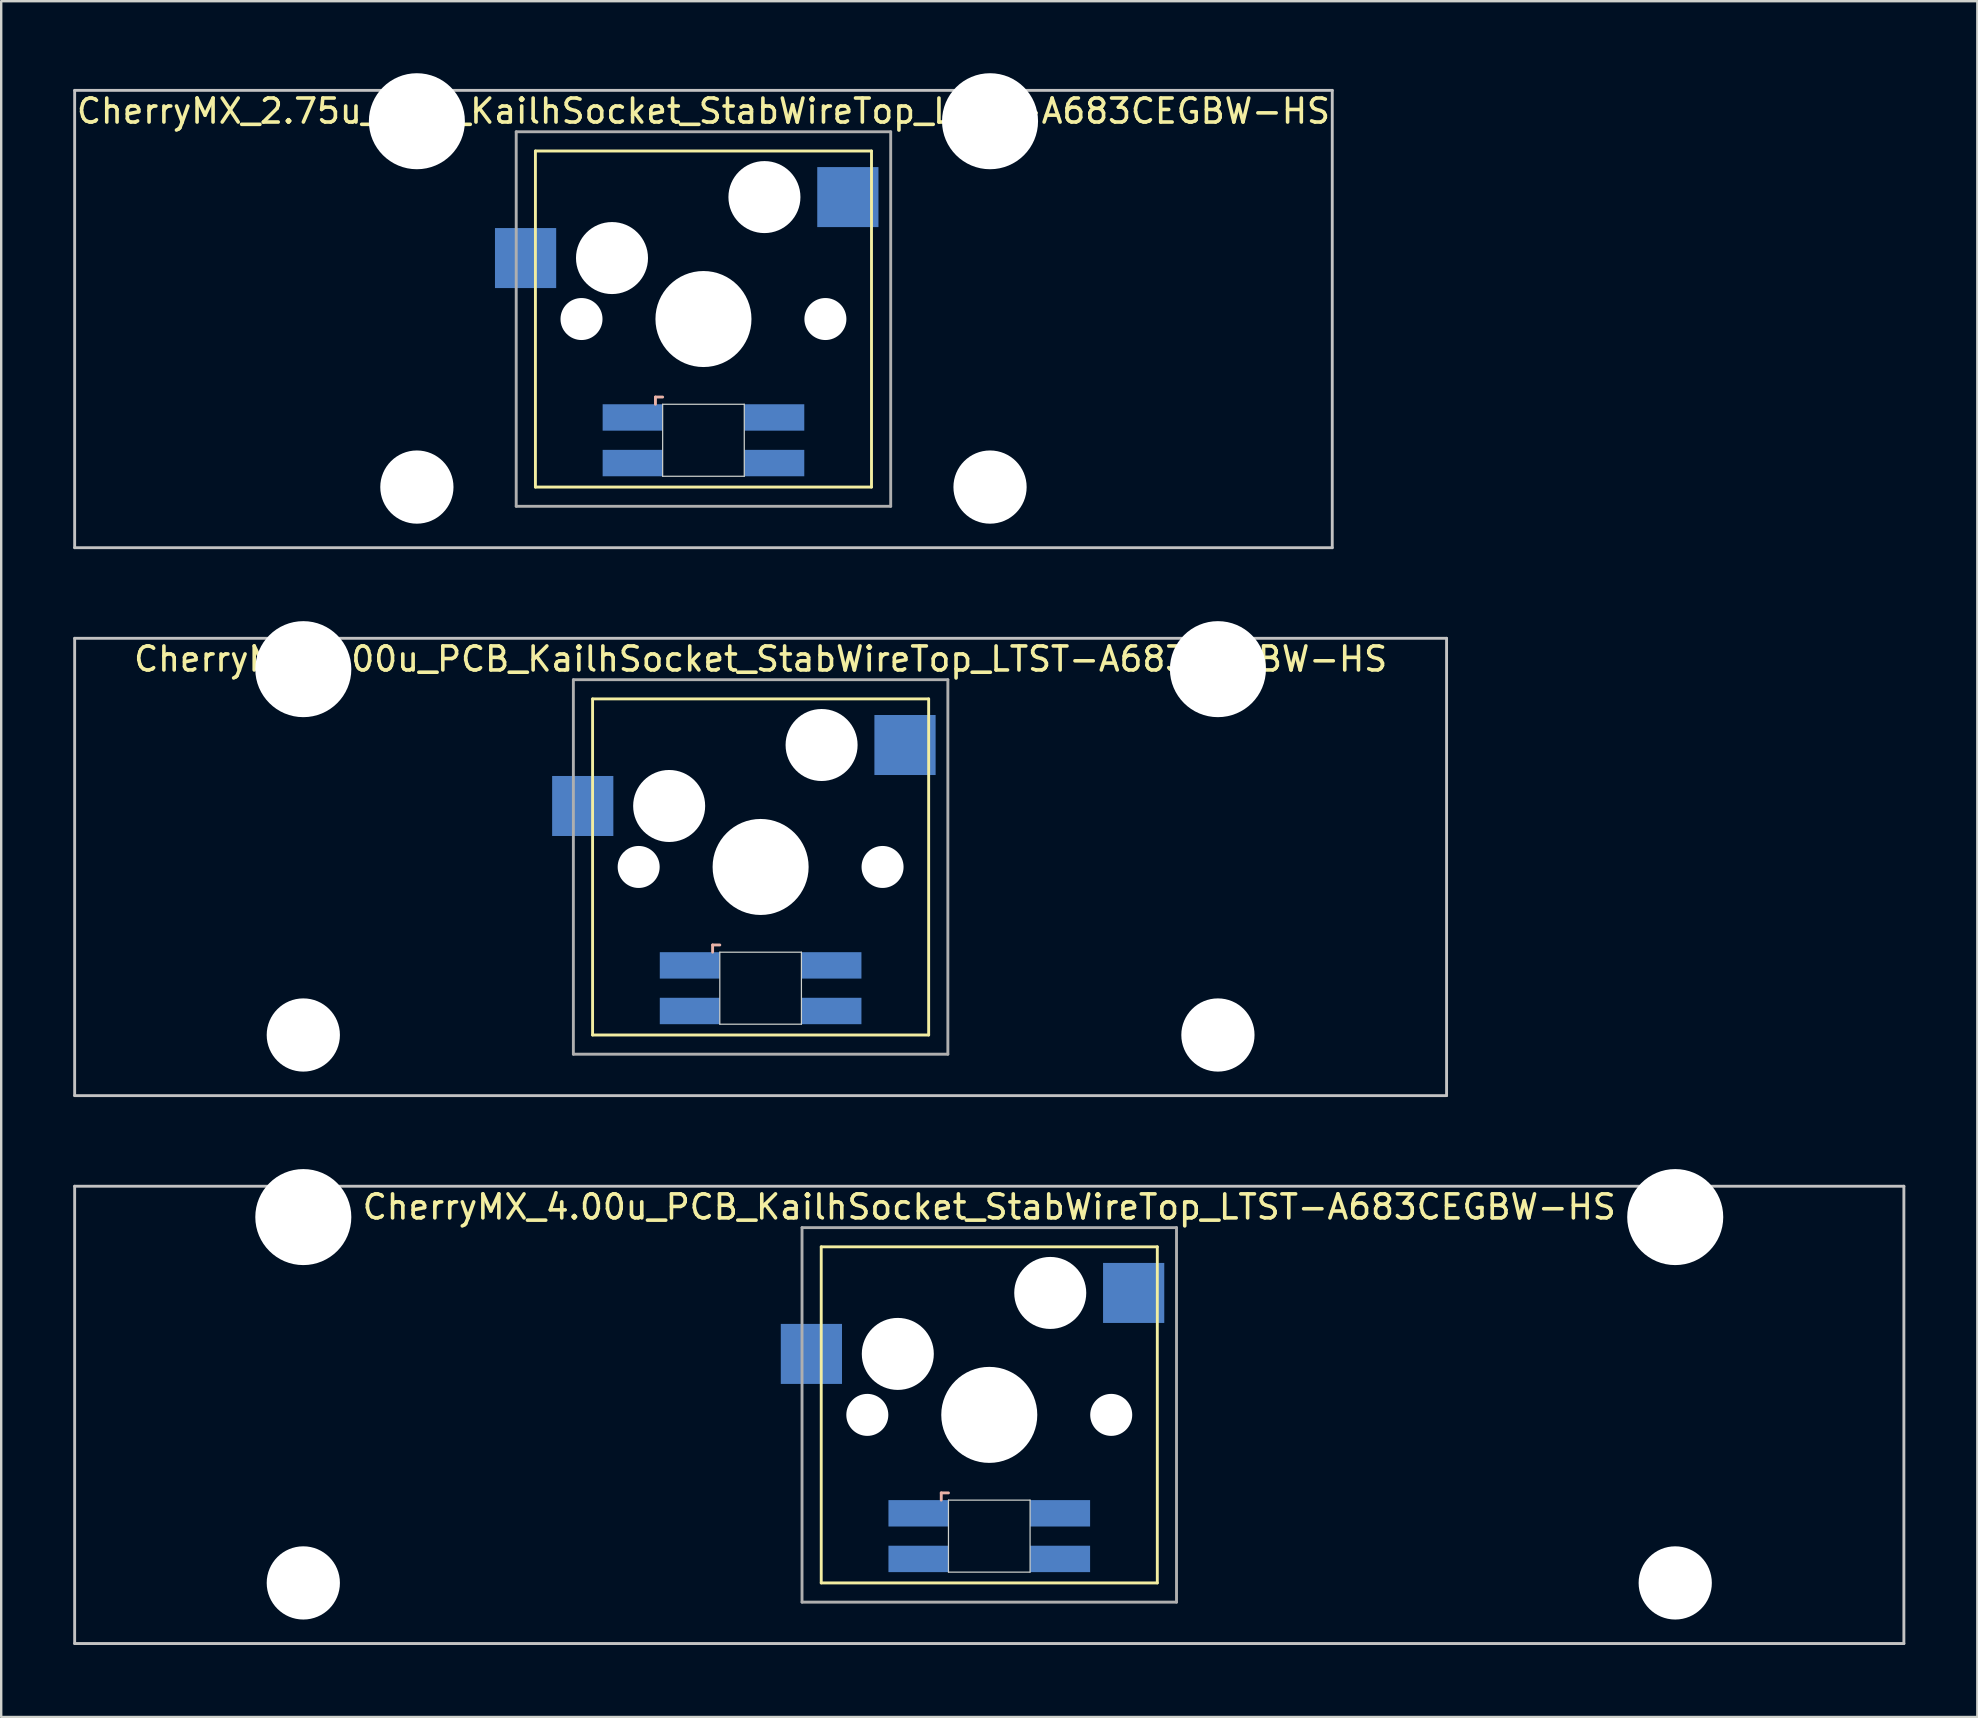
<source format=kicad_pcb>
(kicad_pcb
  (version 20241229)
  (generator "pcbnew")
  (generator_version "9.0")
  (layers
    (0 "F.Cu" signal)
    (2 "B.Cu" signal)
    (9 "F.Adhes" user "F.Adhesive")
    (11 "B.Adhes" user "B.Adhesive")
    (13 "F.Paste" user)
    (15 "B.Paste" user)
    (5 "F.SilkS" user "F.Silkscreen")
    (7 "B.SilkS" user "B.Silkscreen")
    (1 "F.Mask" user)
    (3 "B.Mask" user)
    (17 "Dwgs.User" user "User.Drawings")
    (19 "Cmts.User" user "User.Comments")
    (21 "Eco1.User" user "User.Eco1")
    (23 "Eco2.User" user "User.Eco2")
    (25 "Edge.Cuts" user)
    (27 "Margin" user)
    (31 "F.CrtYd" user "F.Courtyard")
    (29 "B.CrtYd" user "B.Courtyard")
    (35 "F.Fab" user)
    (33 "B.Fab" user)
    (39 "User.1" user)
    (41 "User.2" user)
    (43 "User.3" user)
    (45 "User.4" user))
  (footprint "CherryMX_4.00u_PCB_KailhSocket_StabWireTop_LTST-A683CEGBW-HS"
    (layer "F.Cu")
    (at 38.16 55.89)
    (property "Reference" "CherryMX_4.00u_PCB_KailhSocket_StabWireTop_LTST-A683CEGBW-HS" (at 0 -8.662 0) (layer "F.SilkS") (effects (font (size 1 1) (thickness 0.15))))
    (attr through_hole)
    (fp_line (start -7 -7) (end -7 7) (stroke (width 0.12) (type solid)) (layer "F.SilkS"))
    (fp_line (start -7 -7) (end 7 -7) (stroke (width 0.12) (type solid)) (layer "F.SilkS"))
    (fp_line (start 7 -7) (end 7 7) (stroke (width 0.12) (type solid)) (layer "F.SilkS"))
    (fp_line (start 7 7) (end -7 7) (stroke (width 0.12) (type solid)) (layer "F.SilkS"))
    (fp_line (start -2 3.25) (end -2 3.55) (stroke (width 0.12) (type solid)) (layer "B.SilkS"))
    (fp_line (start -1.7 3.25) (end -2 3.25) (stroke (width 0.12) (type solid)) (layer "B.SilkS"))
    (fp_line (start -38.1 -9.525) (end 38.1 -9.525) (stroke (width 0.12) (type solid)) (layer "Dwgs.User"))
    (fp_line (start -38.1 9.525) (end -38.1 -9.525) (stroke (width 0.12) (type solid)) (layer "Dwgs.User"))
    (fp_line (start 38.1 -9.525) (end 38.1 9.525) (stroke (width 0.12) (type solid)) (layer "Dwgs.User"))
    (fp_line (start 38.1 9.525) (end -38.1 9.525) (stroke (width 0.12) (type solid)) (layer "Dwgs.User"))
    (fp_line (start -1.7 3.55) (end 1.7 3.55) (stroke (width 0.05) (type solid)) (layer "Edge.Cuts"))
    (fp_line (start -1.7 6.55) (end -1.7 3.55) (stroke (width 0.05) (type solid)) (layer "Edge.Cuts"))
    (fp_line (start 1.7 3.55) (end 1.7 6.55) (stroke (width 0.05) (type solid)) (layer "Edge.Cuts"))
    (fp_line (start 1.7 6.55) (end -1.7 6.55) (stroke (width 0.05) (type solid)) (layer "Edge.Cuts"))
    (fp_line (start -7.8 -7.8) (end -7.8 7.8) (stroke (width 0.12) (type solid)) (layer "F.Fab"))
    (fp_line (start -7.8 -7.8) (end 7.8 -7.8) (stroke (width 0.12) (type solid)) (layer "F.Fab"))
    (fp_line (start -7.8 7.8) (end 7.8 7.8) (stroke (width 0.12) (type solid)) (layer "F.Fab"))
    (fp_line (start 7.8 -7.8) (end 7.8 7.8) (stroke (width 0.12) (type solid)) (layer "F.Fab"))
    (pad "" np_thru_hole circle (at -28.575 -8.24) (size 4 4) (drill 4) (layers "*.Cu" "*.Mask"))
    (pad "" np_thru_hole circle (at -28.575 7) (size 3.05 3.05) (drill 3.05) (layers "*.Cu" "*.Mask"))
    (pad "" np_thru_hole circle (at -5.08 0) (size 1.75 1.75) (drill 1.75) (layers "*.Cu" "*.Mask"))
    (pad "" np_thru_hole circle (at -3.81 -2.54) (size 3 3) (drill 3) (layers "*.Cu" "*.Mask"))
    (pad "" np_thru_hole circle (at 0 0) (size 4 4) (drill 4) (layers "*.Cu" "*.Mask"))
    (pad "" np_thru_hole circle (at 2.54 -5.08) (size 3 3) (drill 3) (layers "*.Cu" "*.Mask"))
    (pad "" np_thru_hole circle (at 5.08 0) (size 1.75 1.75) (drill 1.75) (layers "*.Cu" "*.Mask"))
    (pad "" np_thru_hole circle (at 28.575 -8.24) (size 4 4) (drill 4) (layers "*.Cu" "*.Mask"))
    (pad "" np_thru_hole circle (at 28.575 7) (size 3.05 3.05) (drill 3.05) (layers "*.Cu" "*.Mask"))
    (pad "1" smd rect (at -7.41 -2.54) (size 2.55 2.5) (layers "B.Cu" "B.Mask" "B.Paste"))
    (pad "2" smd rect (at 6.015 -5.08) (size 2.55 2.5) (layers "B.Cu" "B.Mask" "B.Paste"))
    (pad "3" smd rect (at -2.95 4.1) (size 2.5 1.1) (layers "B.Cu" "B.Mask" "B.Paste"))
    (pad "4" smd rect (at -2.95 6) (size 2.5 1.1) (layers "B.Cu" "B.Mask" "B.Paste"))
    (pad "5" smd rect (at 2.95 4.1) (size 2.5 1.1) (layers "B.Cu" "B.Mask" "B.Paste"))
    (pad "6" smd rect (at 2.95 6) (size 2.5 1.1) (layers "B.Cu" "B.Mask" "B.Paste")))
  (footprint "CherryMX_3.00u_PCB_KailhSocket_StabWireTop_LTST-A683CEGBW-HS"
    (layer "F.Cu")
    (at 28.635 33.065)
    (property "Reference" "CherryMX_3.00u_PCB_KailhSocket_StabWireTop_LTST-A683CEGBW-HS" (at 0 -8.662 0) (layer "F.SilkS") (effects (font (size 1 1) (thickness 0.15))))
    (attr through_hole)
    (fp_line (start -7 -7) (end -7 7) (stroke (width 0.12) (type solid)) (layer "F.SilkS"))
    (fp_line (start -7 -7) (end 7 -7) (stroke (width 0.12) (type solid)) (layer "F.SilkS"))
    (fp_line (start 7 -7) (end 7 7) (stroke (width 0.12) (type solid)) (layer "F.SilkS"))
    (fp_line (start 7 7) (end -7 7) (stroke (width 0.12) (type solid)) (layer "F.SilkS"))
    (fp_line (start -2 3.25) (end -2 3.55) (stroke (width 0.12) (type solid)) (layer "B.SilkS"))
    (fp_line (start -1.7 3.25) (end -2 3.25) (stroke (width 0.12) (type solid)) (layer "B.SilkS"))
    (fp_line (start -28.575 -9.525) (end 28.575 -9.525) (stroke (width 0.12) (type solid)) (layer "Dwgs.User"))
    (fp_line (start -28.575 9.525) (end -28.575 -9.525) (stroke (width 0.12) (type solid)) (layer "Dwgs.User"))
    (fp_line (start 28.575 -9.525) (end 28.575 9.525) (stroke (width 0.12) (type solid)) (layer "Dwgs.User"))
    (fp_line (start 28.575 9.525) (end -28.575 9.525) (stroke (width 0.12) (type solid)) (layer "Dwgs.User"))
    (fp_line (start -1.7 3.55) (end 1.7 3.55) (stroke (width 0.05) (type solid)) (layer "Edge.Cuts"))
    (fp_line (start -1.7 6.55) (end -1.7 3.55) (stroke (width 0.05) (type solid)) (layer "Edge.Cuts"))
    (fp_line (start 1.7 3.55) (end 1.7 6.55) (stroke (width 0.05) (type solid)) (layer "Edge.Cuts"))
    (fp_line (start 1.7 6.55) (end -1.7 6.55) (stroke (width 0.05) (type solid)) (layer "Edge.Cuts"))
    (fp_line (start -7.8 -7.8) (end -7.8 7.8) (stroke (width 0.12) (type solid)) (layer "F.Fab"))
    (fp_line (start -7.8 -7.8) (end 7.8 -7.8) (stroke (width 0.12) (type solid)) (layer "F.Fab"))
    (fp_line (start -7.8 7.8) (end 7.8 7.8) (stroke (width 0.12) (type solid)) (layer "F.Fab"))
    (fp_line (start 7.8 -7.8) (end 7.8 7.8) (stroke (width 0.12) (type solid)) (layer "F.Fab"))
    (pad "" np_thru_hole circle (at -19.05 -8.24) (size 4 4) (drill 4) (layers "*.Cu" "*.Mask"))
    (pad "" np_thru_hole circle (at -19.05 7) (size 3.05 3.05) (drill 3.05) (layers "*.Cu" "*.Mask"))
    (pad "" np_thru_hole circle (at -5.08 0) (size 1.75 1.75) (drill 1.75) (layers "*.Cu" "*.Mask"))
    (pad "" np_thru_hole circle (at -3.81 -2.54) (size 3 3) (drill 3) (layers "*.Cu" "*.Mask"))
    (pad "" np_thru_hole circle (at 0 0) (size 4 4) (drill 4) (layers "*.Cu" "*.Mask"))
    (pad "" np_thru_hole circle (at 2.54 -5.08) (size 3 3) (drill 3) (layers "*.Cu" "*.Mask"))
    (pad "" np_thru_hole circle (at 5.08 0) (size 1.75 1.75) (drill 1.75) (layers "*.Cu" "*.Mask"))
    (pad "" np_thru_hole circle (at 19.05 -8.24) (size 4 4) (drill 4) (layers "*.Cu" "*.Mask"))
    (pad "" np_thru_hole circle (at 19.05 7) (size 3.05 3.05) (drill 3.05) (layers "*.Cu" "*.Mask"))
    (pad "1" smd rect (at -7.41 -2.54) (size 2.55 2.5) (layers "B.Cu" "B.Mask" "B.Paste"))
    (pad "2" smd rect (at 6.015 -5.08) (size 2.55 2.5) (layers "B.Cu" "B.Mask" "B.Paste"))
    (pad "3" smd rect (at -2.95 4.1) (size 2.5 1.1) (layers "B.Cu" "B.Mask" "B.Paste"))
    (pad "4" smd rect (at -2.95 6) (size 2.5 1.1) (layers "B.Cu" "B.Mask" "B.Paste"))
    (pad "5" smd rect (at 2.95 4.1) (size 2.5 1.1) (layers "B.Cu" "B.Mask" "B.Paste"))
    (pad "6" smd rect (at 2.95 6) (size 2.5 1.1) (layers "B.Cu" "B.Mask" "B.Paste")))
  (footprint "CherryMX_2.75u_PCB_KailhSocket_StabWireTop_LTST-A683CEGBW-HS"
    (layer "F.Cu")
    (at 26.254 10.24)
    (property "Reference" "CherryMX_2.75u_PCB_KailhSocket_StabWireTop_LTST-A683CEGBW-HS" (at 0 -8.662 0) (layer "F.SilkS") (effects (font (size 1 1) (thickness 0.15))))
    (attr through_hole)
    (fp_line (start -7 -7) (end -7 7) (stroke (width 0.12) (type solid)) (layer "F.SilkS"))
    (fp_line (start -7 -7) (end 7 -7) (stroke (width 0.12) (type solid)) (layer "F.SilkS"))
    (fp_line (start 7 -7) (end 7 7) (stroke (width 0.12) (type solid)) (layer "F.SilkS"))
    (fp_line (start 7 7) (end -7 7) (stroke (width 0.12) (type solid)) (layer "F.SilkS"))
    (fp_line (start -2 3.25) (end -2 3.55) (stroke (width 0.12) (type solid)) (layer "B.SilkS"))
    (fp_line (start -1.7 3.25) (end -2 3.25) (stroke (width 0.12) (type solid)) (layer "B.SilkS"))
    (fp_line (start -26.194 -9.525) (end 26.194 -9.525) (stroke (width 0.12) (type solid)) (layer "Dwgs.User"))
    (fp_line (start -26.194 9.525) (end -26.194 -9.525) (stroke (width 0.12) (type solid)) (layer "Dwgs.User"))
    (fp_line (start 26.194 -9.525) (end 26.194 9.525) (stroke (width 0.12) (type solid)) (layer "Dwgs.User"))
    (fp_line (start 26.194 9.525) (end -26.194 9.525) (stroke (width 0.12) (type solid)) (layer "Dwgs.User"))
    (fp_line (start -1.7 3.55) (end 1.7 3.55) (stroke (width 0.05) (type solid)) (layer "Edge.Cuts"))
    (fp_line (start -1.7 6.55) (end -1.7 3.55) (stroke (width 0.05) (type solid)) (layer "Edge.Cuts"))
    (fp_line (start 1.7 3.55) (end 1.7 6.55) (stroke (width 0.05) (type solid)) (layer "Edge.Cuts"))
    (fp_line (start 1.7 6.55) (end -1.7 6.55) (stroke (width 0.05) (type solid)) (layer "Edge.Cuts"))
    (fp_line (start -7.8 -7.8) (end -7.8 7.8) (stroke (width 0.12) (type solid)) (layer "F.Fab"))
    (fp_line (start -7.8 -7.8) (end 7.8 -7.8) (stroke (width 0.12) (type solid)) (layer "F.Fab"))
    (fp_line (start -7.8 7.8) (end 7.8 7.8) (stroke (width 0.12) (type solid)) (layer "F.Fab"))
    (fp_line (start 7.8 -7.8) (end 7.8 7.8) (stroke (width 0.12) (type solid)) (layer "F.Fab"))
    (pad "" np_thru_hole circle (at -11.938 -8.24) (size 4 4) (drill 4) (layers "*.Cu" "*.Mask"))
    (pad "" np_thru_hole circle (at -11.938 7) (size 3.05 3.05) (drill 3.05) (layers "*.Cu" "*.Mask"))
    (pad "" np_thru_hole circle (at -5.08 0) (size 1.75 1.75) (drill 1.75) (layers "*.Cu" "*.Mask"))
    (pad "" np_thru_hole circle (at -3.81 -2.54) (size 3 3) (drill 3) (layers "*.Cu" "*.Mask"))
    (pad "" np_thru_hole circle (at 0 0) (size 4 4) (drill 4) (layers "*.Cu" "*.Mask"))
    (pad "" np_thru_hole circle (at 2.54 -5.08) (size 3 3) (drill 3) (layers "*.Cu" "*.Mask"))
    (pad "" np_thru_hole circle (at 5.08 0) (size 1.75 1.75) (drill 1.75) (layers "*.Cu" "*.Mask"))
    (pad "" np_thru_hole circle (at 11.938 -8.24) (size 4 4) (drill 4) (layers "*.Cu" "*.Mask"))
    (pad "" np_thru_hole circle (at 11.938 7) (size 3.05 3.05) (drill 3.05) (layers "*.Cu" "*.Mask"))
    (pad "1" smd rect (at -7.41 -2.54) (size 2.55 2.5) (layers "B.Cu" "B.Mask" "B.Paste"))
    (pad "2" smd rect (at 6.015 -5.08) (size 2.55 2.5) (layers "B.Cu" "B.Mask" "B.Paste"))
    (pad "3" smd rect (at -2.95 4.1) (size 2.5 1.1) (layers "B.Cu" "B.Mask" "B.Paste"))
    (pad "4" smd rect (at -2.95 6) (size 2.5 1.1) (layers "B.Cu" "B.Mask" "B.Paste"))
    (pad "5" smd rect (at 2.95 4.1) (size 2.5 1.1) (layers "B.Cu" "B.Mask" "B.Paste"))
    (pad "6" smd rect (at 2.95 6) (size 2.5 1.1) (layers "B.Cu" "B.Mask" "B.Paste")))
  (gr_rect
    (start -3 -3)
    (end 79.32 68.475)
    (stroke (width 0.1) (type default))
    (fill no)
    (layer "Edge.Cuts")))
</source>
